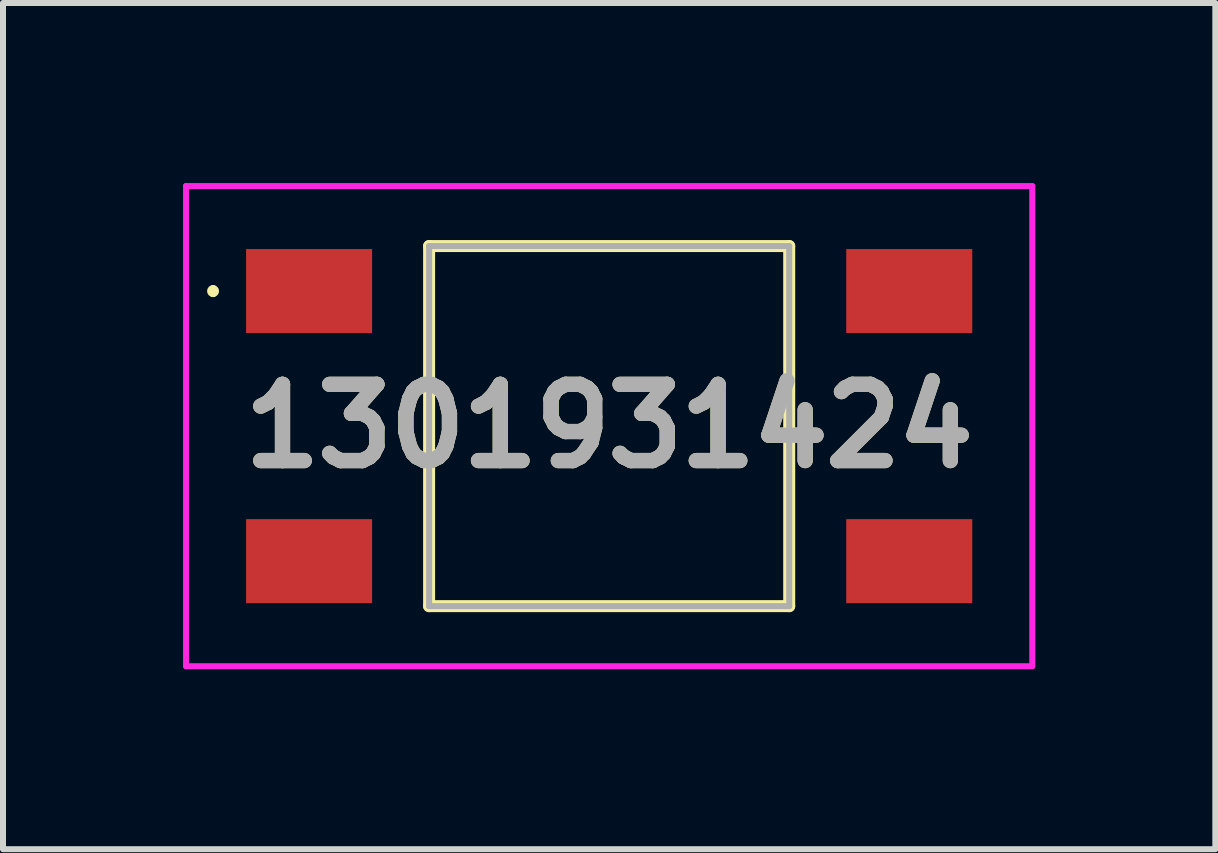
<source format=kicad_pcb>
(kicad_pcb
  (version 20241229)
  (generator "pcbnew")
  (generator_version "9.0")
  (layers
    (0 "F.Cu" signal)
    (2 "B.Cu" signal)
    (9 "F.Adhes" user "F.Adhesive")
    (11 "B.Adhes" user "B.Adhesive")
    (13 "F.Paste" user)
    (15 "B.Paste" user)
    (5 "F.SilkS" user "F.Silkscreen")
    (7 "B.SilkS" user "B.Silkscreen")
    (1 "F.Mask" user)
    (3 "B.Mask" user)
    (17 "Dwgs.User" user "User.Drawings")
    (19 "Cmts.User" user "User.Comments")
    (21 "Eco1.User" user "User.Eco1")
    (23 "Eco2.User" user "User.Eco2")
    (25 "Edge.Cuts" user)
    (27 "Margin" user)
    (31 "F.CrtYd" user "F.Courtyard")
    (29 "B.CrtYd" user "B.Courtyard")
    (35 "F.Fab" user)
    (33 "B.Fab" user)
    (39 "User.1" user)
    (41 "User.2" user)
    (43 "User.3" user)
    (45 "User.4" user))
  (footprint "1301931424"
    (layer "F.Cu")
    (at 7.1 4.05)
    (property "Reference" "1301931424" (at 0 0 0) (layer "F.SilkS") (effects (font (size 1.27 1.27) (thickness 0.254))))
    (attr smd)
    (fp_line (start -6.6 -2.3) (end -6.6 -2.3) (stroke (width 0.1) (type solid)) (layer "F.SilkS"))
    (fp_line (start -6.6 -2.2) (end -6.6 -2.2) (stroke (width 0.1) (type solid)) (layer "F.SilkS"))
    (fp_line (start -3 -3) (end 3 -3) (stroke (width 0.2) (type solid)) (layer "F.SilkS"))
    (fp_line (start -3 3) (end -3 -3) (stroke (width 0.2) (type solid)) (layer "F.SilkS"))
    (fp_line (start 3 -3) (end 3 3) (stroke (width 0.2) (type solid)) (layer "F.SilkS"))
    (fp_line (start 3 3) (end -3 3) (stroke (width 0.2) (type solid)) (layer "F.SilkS"))
    (fp_arc (start -6.6 -2.3) (mid -6.55 -2.25) (end -6.6 -2.2) (stroke (width 0.1) (type solid)) (layer "F.SilkS"))
    (fp_arc (start -6.6 -2.2) (mid -6.65 -2.25) (end -6.6 -2.3) (stroke (width 0.1) (type solid)) (layer "F.SilkS"))
    (fp_line (start -7.05 -4) (end 7.05 -4) (stroke (width 0.1) (type solid)) (layer "F.CrtYd"))
    (fp_line (start -7.05 4) (end -7.05 -4) (stroke (width 0.1) (type solid)) (layer "F.CrtYd"))
    (fp_line (start 7.05 -4) (end 7.05 4) (stroke (width 0.1) (type solid)) (layer "F.CrtYd"))
    (fp_line (start 7.05 4) (end -7.05 4) (stroke (width 0.1) (type solid)) (layer "F.CrtYd"))
    (fp_line (start -3 -3) (end 3 -3) (stroke (width 0.1) (type solid)) (layer "F.Fab"))
    (fp_line (start -3 3) (end -3 -3) (stroke (width 0.1) (type solid)) (layer "F.Fab"))
    (fp_line (start 3 -3) (end 3 3) (stroke (width 0.1) (type solid)) (layer "F.Fab"))
    (fp_line (start 3 3) (end -3 3) (stroke (width 0.1) (type solid)) (layer "F.Fab"))
    (fp_text user "${REFERENCE}" (at 0 0 0) (layer "F.Fab") (effects (font (size 1.27 1.27) (thickness 0.254))))
    (pad "1" smd rect (at -5 -2.25 90) (size 1.4 2.1) (layers "F.Cu" "F.Mask" "F.Paste"))
    (pad "2" smd rect (at 5 -2.25 90) (size 1.4 2.1) (layers "F.Cu" "F.Mask" "F.Paste"))
    (pad "3" smd rect (at -5 2.25 90) (size 1.4 2.1) (layers "F.Cu" "F.Mask" "F.Paste"))
    (pad "4" smd rect (at 5 2.25 90) (size 1.4 2.1) (layers "F.Cu" "F.Mask" "F.Paste")))
  (gr_rect
    (start -3 -3)
    (end 17.2 11.1)
    (stroke (width 0.1) (type default))
    (fill no)
    (layer "Edge.Cuts")))
</source>
